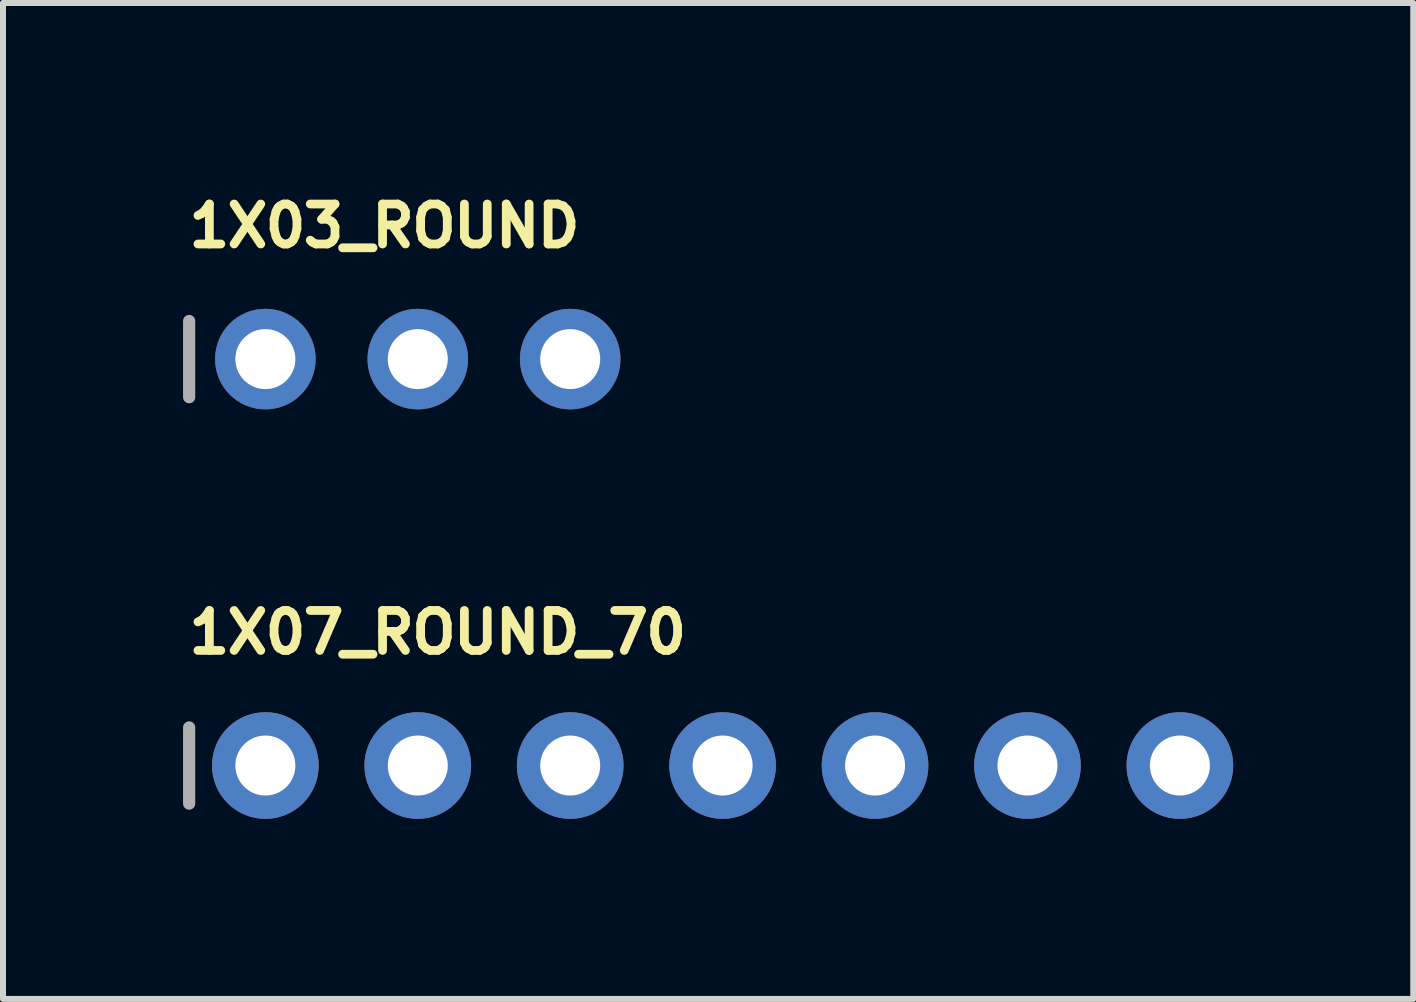
<source format=kicad_pcb>
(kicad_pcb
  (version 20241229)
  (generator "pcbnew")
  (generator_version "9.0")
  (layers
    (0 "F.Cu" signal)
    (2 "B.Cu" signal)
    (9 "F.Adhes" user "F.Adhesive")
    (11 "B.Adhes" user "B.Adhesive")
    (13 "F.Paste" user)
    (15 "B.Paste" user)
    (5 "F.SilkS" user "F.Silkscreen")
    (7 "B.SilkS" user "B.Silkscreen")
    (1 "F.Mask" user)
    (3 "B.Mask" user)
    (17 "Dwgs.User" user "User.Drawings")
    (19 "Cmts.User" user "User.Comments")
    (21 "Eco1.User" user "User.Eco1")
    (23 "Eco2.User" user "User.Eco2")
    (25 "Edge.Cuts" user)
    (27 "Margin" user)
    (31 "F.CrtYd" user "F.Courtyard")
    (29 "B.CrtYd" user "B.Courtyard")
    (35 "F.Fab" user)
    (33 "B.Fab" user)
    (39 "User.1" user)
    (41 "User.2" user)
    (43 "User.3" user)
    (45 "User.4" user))
  (footprint "1X07_ROUND_70"
    (layer "F.Cu")
    (at 8.992 9.707)
    (property "Reference" "1X07_ROUND_70" (at -8.966 -1.829 0) (layer "F.SilkS") (effects (font (size 0.666 0.666) (thickness 0.146)) (justify left bottom)))
    (fp_line (start -8.89 -0.635) (end -8.89 0.635) (stroke (width 0.203) (type solid)) (layer "F.Fab"))
    (fp_poly (pts (xy -7.874 0.254) (xy -7.366 0.254) (xy -7.366 -0.254) (xy -7.874 -0.254)) (stroke (width 0.1) (type solid)) (fill no) (layer "F.Fab"))
    (fp_poly (pts (xy -5.334 0.254) (xy -4.826 0.254) (xy -4.826 -0.254) (xy -5.334 -0.254)) (stroke (width 0.1) (type solid)) (fill no) (layer "F.Fab"))
    (fp_poly (pts (xy -2.794 0.254) (xy -2.286 0.254) (xy -2.286 -0.254) (xy -2.794 -0.254)) (stroke (width 0.1) (type solid)) (fill no) (layer "F.Fab"))
    (fp_poly (pts (xy -0.254 0.254) (xy 0.254 0.254) (xy 0.254 -0.254) (xy -0.254 -0.254)) (stroke (width 0.1) (type solid)) (fill no) (layer "F.Fab"))
    (fp_poly (pts (xy 2.286 0.254) (xy 2.794 0.254) (xy 2.794 -0.254) (xy 2.286 -0.254)) (stroke (width 0.1) (type solid)) (fill no) (layer "F.Fab"))
    (fp_poly (pts (xy 4.826 0.254) (xy 5.334 0.254) (xy 5.334 -0.254) (xy 4.826 -0.254)) (stroke (width 0.1) (type solid)) (fill no) (layer "F.Fab"))
    (fp_poly (pts (xy 7.366 0.254) (xy 7.874 0.254) (xy 7.874 -0.254) (xy 7.366 -0.254)) (stroke (width 0.1) (type solid)) (fill no) (layer "F.Fab"))
    (pad "1" thru_hole circle (at -7.62 0 90) (size 1.778 1.778) (drill 1) (layers "*.Cu" "*.Mask"))
    (pad "2" thru_hole circle (at -5.08 0 90) (size 1.778 1.778) (drill 1) (layers "*.Cu" "*.Mask"))
    (pad "3" thru_hole circle (at -2.54 0 90) (size 1.778 1.778) (drill 1) (layers "*.Cu" "*.Mask"))
    (pad "4" thru_hole circle (at 0 0 90) (size 1.778 1.778) (drill 1) (layers "*.Cu" "*.Mask"))
    (pad "5" thru_hole circle (at 2.54 0 90) (size 1.778 1.778) (drill 1) (layers "*.Cu" "*.Mask"))
    (pad "6" thru_hole circle (at 5.08 0 90) (size 1.778 1.778) (drill 1) (layers "*.Cu" "*.Mask"))
    (pad "7" thru_hole circle (at 7.62 0 90) (size 1.778 1.778) (drill 1) (layers "*.Cu" "*.Mask")))
  (footprint "1X03_ROUND"
    (layer "F.Cu")
    (at 3.912 2.934)
    (property "Reference" "1X03_ROUND" (at -3.886 -1.829 0) (layer "F.SilkS") (effects (font (size 0.666 0.666) (thickness 0.146)) (justify left bottom)))
    (fp_line (start -3.81 -0.635) (end -3.81 0.635) (stroke (width 0.203) (type solid)) (layer "F.Fab"))
    (fp_poly (pts (xy -2.794 0.254) (xy -2.286 0.254) (xy -2.286 -0.254) (xy -2.794 -0.254)) (stroke (width 0.1) (type solid)) (fill no) (layer "F.Fab"))
    (fp_poly (pts (xy -0.254 0.254) (xy 0.254 0.254) (xy 0.254 -0.254) (xy -0.254 -0.254)) (stroke (width 0.1) (type solid)) (fill no) (layer "F.Fab"))
    (fp_poly (pts (xy 2.286 0.254) (xy 2.794 0.254) (xy 2.794 -0.254) (xy 2.286 -0.254)) (stroke (width 0.1) (type solid)) (fill no) (layer "F.Fab"))
    (pad "1" thru_hole circle (at -2.54 0 90) (size 1.676 1.676) (drill 1) (layers "*.Cu" "*.Mask"))
    (pad "2" thru_hole circle (at 0 0 90) (size 1.676 1.676) (drill 1) (layers "*.Cu" "*.Mask"))
    (pad "3" thru_hole circle (at 2.54 0 90) (size 1.676 1.676) (drill 1) (layers "*.Cu" "*.Mask")))
  (gr_rect
    (start -3 -3)
    (end 20.501 13.596)
    (stroke (width 0.1) (type default))
    (fill no)
    (layer "Edge.Cuts")))
</source>
